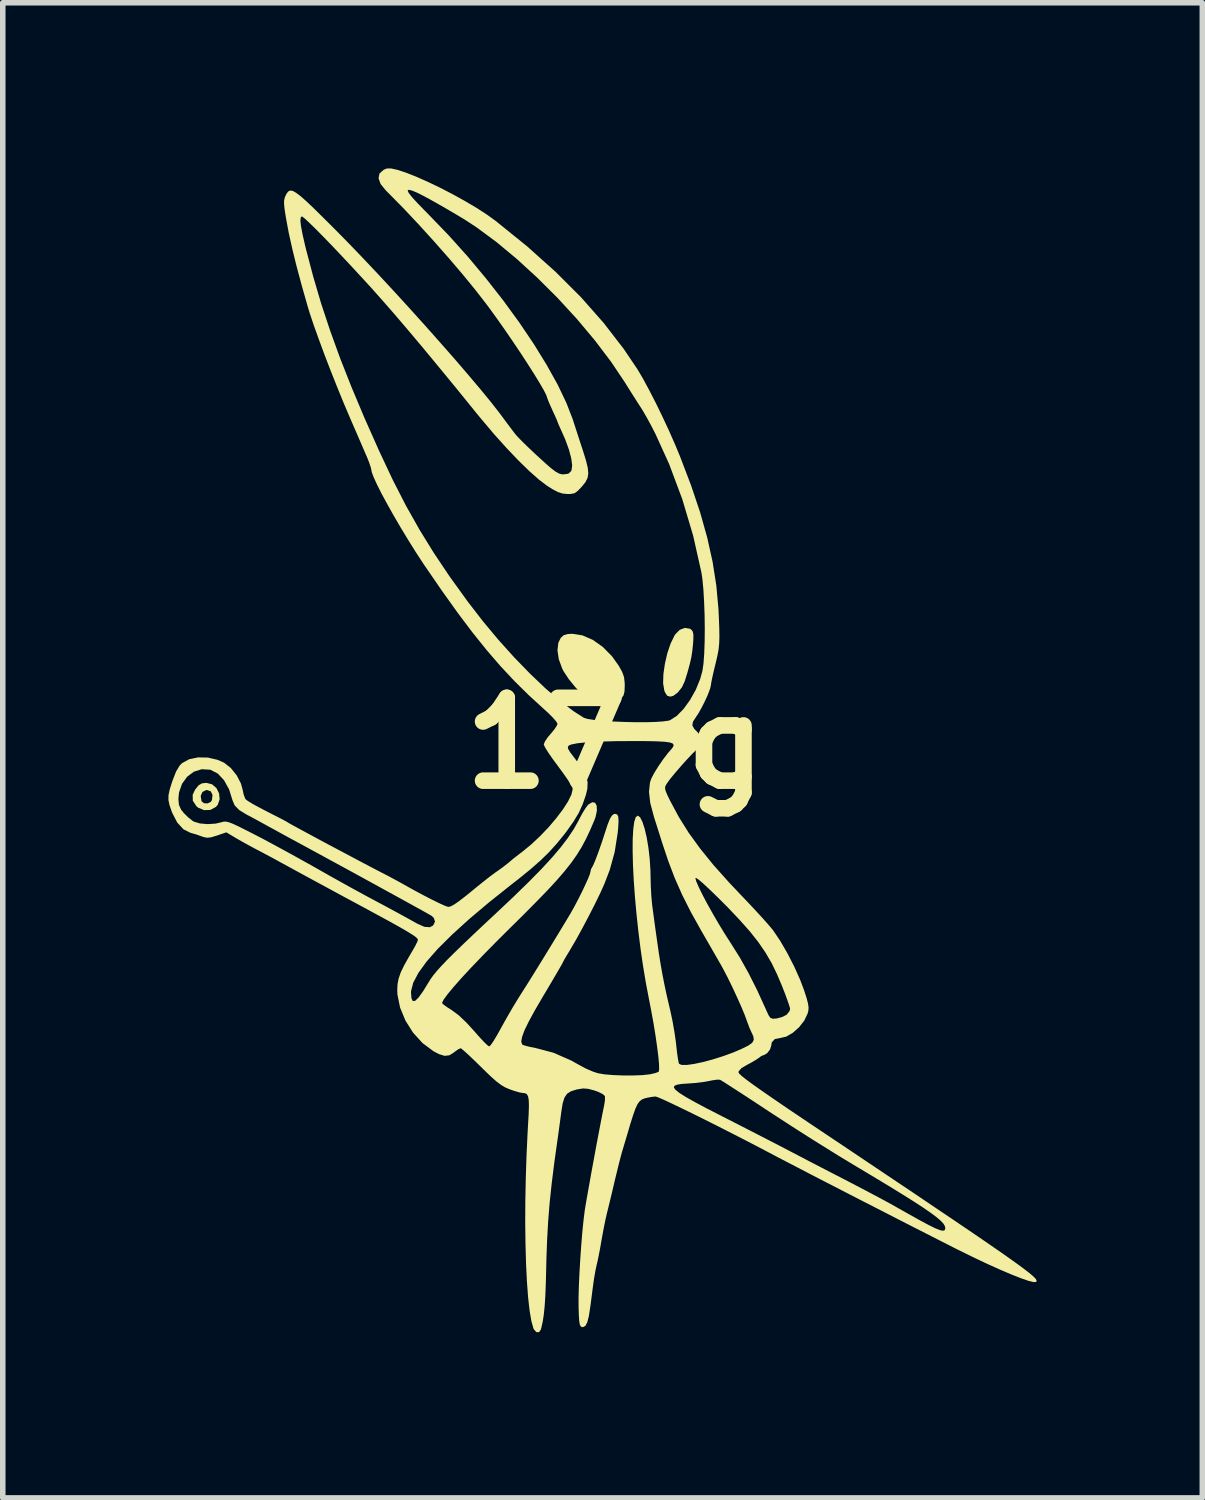
<source format=kicad_pcb>
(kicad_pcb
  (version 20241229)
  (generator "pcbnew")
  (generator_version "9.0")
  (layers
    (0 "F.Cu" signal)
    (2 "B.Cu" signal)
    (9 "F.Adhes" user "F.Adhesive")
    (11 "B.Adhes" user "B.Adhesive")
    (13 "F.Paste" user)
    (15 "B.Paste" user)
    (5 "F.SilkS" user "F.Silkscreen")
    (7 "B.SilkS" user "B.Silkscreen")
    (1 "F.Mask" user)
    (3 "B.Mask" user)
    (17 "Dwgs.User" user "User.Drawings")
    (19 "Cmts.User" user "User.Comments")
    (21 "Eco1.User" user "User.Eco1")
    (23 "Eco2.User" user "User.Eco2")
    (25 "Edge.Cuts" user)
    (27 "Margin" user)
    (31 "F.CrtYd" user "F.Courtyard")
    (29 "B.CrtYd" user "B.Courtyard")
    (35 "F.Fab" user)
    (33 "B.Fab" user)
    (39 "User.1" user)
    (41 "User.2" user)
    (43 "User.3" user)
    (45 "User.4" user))
  (footprint "17 g"
    (layer "F.Cu")
    (at 8.09 10.407)
    (property "Reference" "17 g" (at 0 0 0) (layer "F.SilkS") (effects (font (size 1.5 1.5) (thickness 0.3))))
    (attr board_only exclude_from_pos_files exclude_from_bom)
    (fp_poly (pts (xy 1.351 -2.073) (xy 1.379 -2.055) (xy 1.403 -2.022) (xy 1.415 -1.967) (xy 1.414 -1.876) (xy 1.407 -1.78) (xy 1.394 -1.66) (xy 1.377 -1.551) (xy 1.35 -1.434) (xy 1.311 -1.292) (xy 1.259 -1.123) (xy 1.208 -1.013) (xy 1.134 -0.92) (xy 1.052 -0.858) (xy 0.995 -0.843) (xy 0.94 -0.86) (xy 0.901 -0.921) (xy 0.888 -0.956) (xy 0.867 -1.084) (xy 0.872 -1.251) (xy 0.899 -1.438) (xy 0.943 -1.629) (xy 1.003 -1.806) (xy 1.074 -1.951) (xy 1.088 -1.973) (xy 1.168 -2.053) (xy 1.261 -2.088)) (stroke (width 0) (type solid)) (fill yes) (layer "F.SilkS"))
    (fp_poly (pts (xy -7.299 0.745) (xy -7.22 0.814) (xy -7.173 0.91) (xy -7.163 1.016) (xy -7.197 1.115) (xy -7.23 1.153) (xy -7.33 1.208) (xy -7.445 1.212) (xy -7.553 1.167) (xy -7.584 1.14) (xy -7.649 1.041) (xy -7.651 0.955) (xy -7.506 0.955) (xy -7.492 1.048) (xy -7.45 1.086) (xy -7.385 1.091) (xy -7.325 1.064) (xy -7.302 1.03) (xy -7.292 0.935) (xy -7.325 0.87) (xy -7.393 0.848) (xy -7.406 0.848) (xy -7.475 0.883) (xy -7.506 0.955) (xy -7.651 0.955) (xy -7.651 0.933) (xy -7.608 0.842) (xy -7.545 0.763) (xy -7.484 0.727) (xy -7.402 0.718)) (stroke (width 0) (type solid)) (fill yes) (layer "F.SilkS"))
    (fp_poly (pts (xy -0.592 -1.952) (xy -0.404 -1.87) (xy -0.223 -1.741) (xy -0.058 -1.573) (xy 0.061 -1.406) (xy 0.125 -1.292) (xy 0.159 -1.197) (xy 0.171 -1.095) (xy 0.172 -1.045) (xy 0.168 -0.938) (xy 0.151 -0.868) (xy 0.109 -0.809) (xy 0.06 -0.76) (xy -0.046 -0.684) (xy -0.157 -0.658) (xy -0.288 -0.681) (xy -0.374 -0.715) (xy -0.48 -0.781) (xy -0.602 -0.887) (xy -0.727 -1.019) (xy -0.842 -1.161) (xy -0.933 -1.299) (xy -0.961 -1.353) (xy -1.023 -1.523) (xy -1.046 -1.683) (xy -1.03 -1.82) (xy -0.986 -1.908) (xy -0.933 -1.956) (xy -0.86 -1.977) (xy -0.775 -1.981)) (stroke (width 0) (type solid)) (fill yes) (layer "F.SilkS"))
    (fp_poly (pts (xy -3.934 -10.379) (xy -3.774 -10.325) (xy -3.586 -10.25) (xy -3.378 -10.157) (xy -3.157 -10.051) (xy -2.932 -9.934) (xy -2.712 -9.812) (xy -2.503 -9.688) (xy -2.316 -9.566) (xy -2.169 -9.46) (xy -1.595 -8.996) (xy -1.08 -8.535) (xy -0.619 -8.074) (xy -0.209 -7.609) (xy 0.156 -7.136) (xy 0.402 -6.771) (xy 0.498 -6.609) (xy 0.61 -6.402) (xy 0.733 -6.163) (xy 0.858 -5.906) (xy 0.98 -5.644) (xy 1.091 -5.39) (xy 1.172 -5.195) (xy 1.373 -4.668) (xy 1.537 -4.18) (xy 1.666 -3.721) (xy 1.763 -3.283) (xy 1.83 -2.856) (xy 1.869 -2.431) (xy 1.877 -2.262) (xy 1.884 -2.069) (xy 1.886 -1.922) (xy 1.882 -1.806) (xy 1.872 -1.704) (xy 1.853 -1.6) (xy 1.826 -1.48) (xy 1.814 -1.431) (xy 1.78 -1.291) (xy 1.753 -1.17) (xy 1.736 -1.083) (xy 1.732 -1.048) (xy 1.717 -0.986) (xy 1.68 -0.886) (xy 1.627 -0.768) (xy 1.566 -0.647) (xy 1.507 -0.541) (xy 1.466 -0.48) (xy 1.407 -0.389) (xy 1.396 -0.321) (xy 1.433 -0.256) (xy 1.482 -0.208) (xy 1.557 -0.116) (xy 1.57 -0.025) (xy 1.521 0.067) (xy 1.474 0.115) (xy 1.396 0.191) (xy 1.295 0.298) (xy 1.186 0.42) (xy 1.081 0.542) (xy 0.993 0.649) (xy 0.937 0.726) (xy 0.91 0.771) (xy 0.901 0.811) (xy 0.911 0.861) (xy 0.943 0.938) (xy 0.994 1.043) (xy 1.15 1.334) (xy 1.328 1.619) (xy 1.536 1.906) (xy 1.779 2.206) (xy 2.064 2.525) (xy 2.258 2.73) (xy 2.407 2.886) (xy 2.548 3.037) (xy 2.674 3.174) (xy 2.775 3.288) (xy 2.843 3.369) (xy 2.857 3.386) (xy 2.984 3.574) (xy 3.116 3.801) (xy 3.241 4.045) (xy 3.348 4.284) (xy 3.419 4.472) (xy 3.465 4.615) (xy 3.491 4.716) (xy 3.501 4.789) (xy 3.496 4.848) (xy 3.484 4.893) (xy 3.424 5.021) (xy 3.329 5.143) (xy 3.215 5.244) (xy 3.096 5.313) (xy 2.995 5.336) (xy 2.891 5.356) (xy 2.835 5.416) (xy 2.824 5.478) (xy 2.803 5.545) (xy 2.754 5.609) (xy 2.697 5.646) (xy 2.684 5.648) (xy 2.641 5.667) (xy 2.608 5.692) (xy 2.553 5.73) (xy 2.465 5.782) (xy 2.395 5.819) (xy 2.286 5.883) (xy 2.235 5.94) (xy 2.231 5.96) (xy 2.247 5.985) (xy 2.295 6.03) (xy 2.379 6.096) (xy 2.502 6.186) (xy 2.665 6.301) (xy 2.872 6.444) (xy 3.125 6.617) (xy 3.427 6.82) (xy 3.565 6.913) (xy 4.108 7.276) (xy 4.601 7.607) (xy 5.047 7.906) (xy 5.448 8.175) (xy 5.806 8.417) (xy 6.124 8.631) (xy 6.404 8.821) (xy 6.648 8.987) (xy 6.858 9.132) (xy 7.037 9.256) (xy 7.188 9.363) (xy 7.312 9.452) (xy 7.411 9.526) (xy 7.489 9.586) (xy 7.547 9.634) (xy 7.588 9.672) (xy 7.614 9.701) (xy 7.627 9.723) (xy 7.629 9.739) (xy 7.624 9.751) (xy 7.621 9.754) (xy 7.577 9.758) (xy 7.483 9.735) (xy 7.345 9.687) (xy 7.169 9.618) (xy 6.961 9.529) (xy 6.726 9.423) (xy 6.471 9.302) (xy 6.2 9.169) (xy 6.147 9.142) (xy 5.907 9.02) (xy 5.638 8.883) (xy 5.347 8.735) (xy 5.041 8.578) (xy 4.727 8.417) (xy 4.414 8.257) (xy 4.107 8.099) (xy 3.816 7.949) (xy 3.546 7.81) (xy 3.306 7.685) (xy 3.102 7.579) (xy 2.942 7.496) (xy 2.871 7.458) (xy 2.627 7.33) (xy 2.374 7.198) (xy 2.118 7.067) (xy 1.865 6.938) (xy 1.622 6.816) (xy 1.396 6.704) (xy 1.192 6.605) (xy 1.017 6.521) (xy 0.878 6.456) (xy 0.78 6.414) (xy 0.731 6.397) (xy 0.728 6.397) (xy 0.648 6.406) (xy 0.551 6.426) (xy 0.543 6.428) (xy 0.488 6.448) (xy 0.444 6.481) (xy 0.404 6.534) (xy 0.365 6.618) (xy 0.321 6.742) (xy 0.267 6.914) (xy 0.25 6.974) (xy 0.207 7.118) (xy 0.166 7.256) (xy 0.133 7.367) (xy 0.124 7.395) (xy 0.101 7.479) (xy 0.068 7.606) (xy 0.03 7.762) (xy -0.011 7.93) (xy -0.017 7.957) (xy -0.057 8.127) (xy -0.096 8.289) (xy -0.13 8.428) (xy -0.154 8.525) (xy -0.156 8.534) (xy -0.179 8.635) (xy -0.207 8.774) (xy -0.236 8.929) (xy -0.249 9.002) (xy -0.275 9.151) (xy -0.302 9.29) (xy -0.325 9.4) (xy -0.335 9.439) (xy -0.357 9.542) (xy -0.38 9.672) (xy -0.392 9.751) (xy -0.409 9.877) (xy -0.429 10.032) (xy -0.449 10.186) (xy -0.451 10.199) (xy -0.477 10.369) (xy -0.506 10.484) (xy -0.54 10.55) (xy -0.583 10.573) (xy -0.603 10.572) (xy -0.625 10.56) (xy -0.641 10.527) (xy -0.652 10.463) (xy -0.659 10.358) (xy -0.664 10.201) (xy -0.664 10.188) (xy -0.664 10.023) (xy -0.658 9.815) (xy -0.647 9.577) (xy -0.632 9.323) (xy -0.614 9.07) (xy -0.594 8.83) (xy -0.572 8.619) (xy -0.551 8.452) (xy -0.544 8.409) (xy -0.513 8.227) (xy -0.475 8.015) (xy -0.434 7.784) (xy -0.39 7.546) (xy -0.347 7.311) (xy -0.305 7.088) (xy -0.267 6.89) (xy -0.235 6.726) (xy -0.211 6.606) (xy -0.202 6.563) (xy -0.187 6.471) (xy -0.186 6.401) (xy -0.189 6.387) (xy -0.227 6.353) (xy -0.305 6.314) (xy -0.377 6.288) (xy -0.49 6.258) (xy -0.581 6.251) (xy -0.681 6.267) (xy -0.704 6.272) (xy -0.803 6.303) (xy -0.872 6.347) (xy -0.919 6.416) (xy -0.952 6.522) (xy -0.977 6.677) (xy -0.981 6.709) (xy -1.002 6.865) (xy -1.024 7.028) (xy -1.043 7.166) (xy -1.045 7.177) (xy -1.104 7.599) (xy -1.151 7.976) (xy -1.188 8.325) (xy -1.215 8.661) (xy -1.234 9.001) (xy -1.247 9.361) (xy -1.25 9.502) (xy -1.257 9.781) (xy -1.266 10.007) (xy -1.278 10.191) (xy -1.293 10.341) (xy -1.312 10.467) (xy -1.337 10.579) (xy -1.347 10.617) (xy -1.38 10.665) (xy -1.429 10.663) (xy -1.473 10.613) (xy -1.482 10.594) (xy -1.519 10.461) (xy -1.551 10.271) (xy -1.578 10.031) (xy -1.599 9.747) (xy -1.615 9.425) (xy -1.625 9.071) (xy -1.63 8.691) (xy -1.628 8.291) (xy -1.62 7.878) (xy -1.606 7.457) (xy -1.586 7.035) (xy -1.58 6.928) (xy -1.568 6.721) (xy -1.563 6.568) (xy -1.566 6.462) (xy -1.579 6.393) (xy -1.601 6.354) (xy -1.635 6.337) (xy -1.672 6.334) (xy -1.731 6.324) (xy -1.825 6.297) (xy -1.91 6.267) (xy -1.991 6.233) (xy -1.991 6.233) (xy 1.061 6.233) (xy 1.09 6.275) (xy 1.161 6.332) (xy 1.278 6.406) (xy 1.443 6.499) (xy 1.659 6.614) (xy 1.929 6.752) (xy 1.997 6.787) (xy 2.223 6.902) (xy 2.443 7.015) (xy 2.648 7.12) (xy 2.828 7.213) (xy 2.974 7.288) (xy 3.076 7.341) (xy 3.089 7.348) (xy 3.198 7.405) (xy 3.348 7.483) (xy 3.525 7.576) (xy 3.716 7.675) (xy 3.9 7.77) (xy 4.237 7.944) (xy 4.524 8.094) (xy 4.76 8.219) (xy 4.942 8.317) (xy 5.023 8.362) (xy 5.103 8.407) (xy 5.209 8.467) (xy 5.289 8.512) (xy 5.502 8.631) (xy 5.667 8.72) (xy 5.79 8.781) (xy 5.877 8.816) (xy 5.933 8.828) (xy 5.964 8.819) (xy 5.975 8.79) (xy 5.976 8.779) (xy 5.968 8.742) (xy 5.941 8.698) (xy 5.893 8.646) (xy 5.818 8.582) (xy 5.715 8.505) (xy 5.579 8.411) (xy 5.407 8.299) (xy 5.195 8.166) (xy 4.94 8.009) (xy 4.638 7.827) (xy 4.285 7.616) (xy 4.268 7.605) (xy 4.062 7.481) (xy 3.819 7.33) (xy 3.553 7.164) (xy 3.28 6.99) (xy 3.014 6.818) (xy 2.771 6.66) (xy 2.567 6.525) (xy 2.378 6.401) (xy 2.211 6.293) (xy 2.073 6.204) (xy 1.971 6.138) (xy 1.91 6.101) (xy 1.897 6.094) (xy 1.845 6.092) (xy 1.758 6.104) (xy 1.707 6.115) (xy 1.595 6.135) (xy 1.454 6.152) (xy 1.329 6.161) (xy 1.21 6.169) (xy 1.124 6.182) (xy 1.074 6.202) (xy 1.061 6.233) (xy -1.991 6.233) (xy -2.068 6.187) (xy -2.153 6.123) (xy -2.257 6.031) (xy -2.389 5.903) (xy -2.43 5.862) (xy -2.55 5.745) (xy -2.655 5.645) (xy -2.737 5.571) (xy -2.788 5.529) (xy -2.8 5.523) (xy -2.842 5.542) (xy -2.907 5.588) (xy -2.923 5.601) (xy -3.004 5.651) (xy -3.089 5.661) (xy -3.193 5.629) (xy -3.292 5.577) (xy -3.489 5.43) (xy -3.661 5.241) (xy -3.799 5.022) (xy -3.896 4.787) (xy -3.944 4.55) (xy -3.945 4.513) (xy -3.698 4.513) (xy -3.69 4.618) (xy -3.666 4.669) (xy -3.623 4.665) (xy -3.562 4.606) (xy -3.479 4.491) (xy -3.386 4.339) (xy -3.345 4.273) (xy -3.294 4.202) (xy -3.229 4.123) (xy -3.146 4.031) (xy -3.042 3.922) (xy -2.91 3.791) (xy -2.748 3.634) (xy -2.551 3.447) (xy -2.314 3.224) (xy -2.153 3.074) (xy -1.838 2.777) (xy -1.568 2.514) (xy -1.339 2.281) (xy -1.147 2.073) (xy -0.988 1.886) (xy -0.857 1.714) (xy -0.751 1.555) (xy -0.665 1.402) (xy -0.655 1.381) (xy -0.595 1.269) (xy -0.536 1.173) (xy -0.49 1.113) (xy -0.487 1.111) (xy -0.417 1.069) (xy -0.365 1.078) (xy -0.336 1.132) (xy -0.332 1.22) (xy -0.356 1.335) (xy -0.377 1.393) (xy -0.452 1.568) (xy -0.526 1.726) (xy -0.605 1.875) (xy -0.693 2.018) (xy -0.795 2.163) (xy -0.916 2.316) (xy -1.06 2.483) (xy -1.232 2.669) (xy -1.437 2.88) (xy -1.679 3.124) (xy -1.897 3.339) (xy -2.158 3.599) (xy -2.395 3.84) (xy -2.605 4.059) (xy -2.784 4.252) (xy -2.929 4.416) (xy -3.038 4.548) (xy -3.108 4.644) (xy -3.135 4.701) (xy -3.135 4.706) (xy -3.11 4.732) (xy -3.045 4.779) (xy -2.962 4.832) (xy -2.837 4.924) (xy -2.694 5.059) (xy -2.553 5.214) (xy -2.457 5.323) (xy -2.374 5.412) (xy -2.312 5.471) (xy -2.282 5.491) (xy -2.254 5.465) (xy -2.205 5.394) (xy -2.141 5.288) (xy -2.069 5.159) (xy -2.064 5.149) (xy -1.969 4.979) (xy -1.861 4.792) (xy -1.754 4.616) (xy -1.692 4.518) (xy -1.614 4.396) (xy -1.511 4.231) (xy -1.39 4.036) (xy -1.258 3.821) (xy -1.122 3.599) (xy -0.989 3.38) (xy -0.866 3.176) (xy -0.805 3.074) (xy -0.741 2.96) (xy -0.671 2.827) (xy -0.601 2.688) (xy -0.539 2.557) (xy -0.489 2.446) (xy -0.459 2.368) (xy -0.452 2.341) (xy -0.438 2.278) (xy -0.427 2.261) (xy -0.398 2.207) (xy -0.355 2.105) (xy -0.302 1.964) (xy -0.243 1.795) (xy -0.187 1.623) (xy -0.137 1.47) (xy -0.096 1.369) (xy -0.06 1.31) (xy -0.024 1.283) (xy 0.000482 1.279) (xy 0.035 1.291) (xy 0.055 1.332) (xy 0.06 1.412) (xy 0.053 1.539) (xy 0.044 1.625) (xy -0.01 1.97) (xy -0.1 2.296) (xy -0.195 2.543) (xy -0.269 2.709) (xy -0.367 2.91) (xy -0.48 3.132) (xy -0.598 3.355) (xy -0.713 3.564) (xy -0.817 3.741) (xy -0.823 3.752) (xy -0.884 3.852) (xy -0.929 3.93) (xy -0.951 3.972) (xy -0.952 3.975) (xy -0.967 4.004) (xy -1.01 4.079) (xy -1.076 4.192) (xy -1.16 4.335) (xy -1.258 4.501) (xy -1.308 4.584) (xy -1.454 4.834) (xy -1.565 5.038) (xy -1.643 5.198) (xy -1.687 5.319) (xy -1.702 5.402) (xy -1.686 5.453) (xy -1.68 5.459) (xy -1.638 5.475) (xy -1.552 5.497) (xy -1.442 5.519) (xy -1.439 5.52) (xy -1.12 5.604) (xy -0.798 5.745) (xy -0.655 5.825) (xy -0.532 5.891) (xy -0.402 5.947) (xy -0.312 5.976) (xy -0.196 5.996) (xy -0.038 6.009) (xy 0.143 6.016) (xy 0.326 6.016) (xy 0.492 6.01) (xy 0.621 5.996) (xy 0.633 5.994) (xy 0.72 5.974) (xy 0.777 5.954) (xy 0.787 5.948) (xy 0.795 5.904) (xy 0.793 5.809) (xy 0.78 5.669) (xy 0.758 5.495) (xy 0.729 5.294) (xy 0.694 5.077) (xy 0.653 4.851) (xy 0.611 4.634) (xy 0.555 4.343) (xy 0.504 4.037) (xy 0.458 3.721) (xy 0.418 3.401) (xy 0.384 3.084) (xy 0.356 2.775) (xy 0.335 2.48) (xy 0.321 2.205) (xy 0.315 1.956) (xy 0.316 1.739) (xy 0.326 1.56) (xy 0.344 1.425) (xy 0.371 1.34) (xy 0.407 1.311) (xy 0.449 1.34) (xy 0.492 1.423) (xy 0.533 1.549) (xy 0.57 1.709) (xy 0.601 1.894) (xy 0.624 2.094) (xy 0.637 2.3) (xy 0.64 2.426) (xy 0.644 2.593) (xy 0.654 2.774) (xy 0.669 2.933) (xy 0.672 2.955) (xy 0.716 3.284) (xy 0.755 3.561) (xy 0.789 3.798) (xy 0.822 4.004) (xy 0.855 4.19) (xy 0.89 4.368) (xy 0.928 4.546) (xy 0.972 4.737) (xy 0.999 4.852) (xy 1.037 5.031) (xy 1.072 5.231) (xy 1.099 5.418) (xy 1.104 5.468) (xy 1.119 5.602) (xy 1.135 5.713) (xy 1.149 5.786) (xy 1.156 5.805) (xy 1.202 5.826) (xy 1.297 5.826) (xy 1.43 5.807) (xy 1.59 5.773) (xy 1.769 5.725) (xy 1.955 5.666) (xy 2.139 5.599) (xy 2.279 5.539) (xy 2.406 5.477) (xy 2.48 5.425) (xy 2.509 5.371) (xy 2.5 5.306) (xy 2.468 5.237) (xy 2.429 5.151) (xy 2.391 5.048) (xy 2.386 5.035) (xy 2.344 4.92) (xy 2.28 4.766) (xy 2.201 4.59) (xy 2.116 4.407) (xy 2.031 4.234) (xy 1.954 4.087) (xy 1.928 4.039) (xy 1.867 3.932) (xy 1.784 3.788) (xy 1.689 3.623) (xy 1.591 3.453) (xy 1.561 3.401) (xy 1.37 3.059) (xy 1.212 2.746) (xy 1.078 2.443) (xy 1.451 2.443) (xy 1.467 2.502) (xy 1.511 2.604) (xy 1.578 2.741) (xy 1.663 2.902) (xy 1.762 3.079) (xy 1.868 3.262) (xy 1.977 3.441) (xy 2.084 3.608) (xy 2.088 3.614) (xy 2.255 3.88) (xy 2.412 4.16) (xy 2.568 4.469) (xy 2.73 4.824) (xy 2.733 4.832) (xy 2.776 4.925) (xy 2.809 4.973) (xy 2.85 4.989) (xy 2.913 4.985) (xy 2.927 4.983) (xy 3.022 4.958) (xy 3.099 4.919) (xy 3.107 4.912) (xy 3.153 4.855) (xy 3.167 4.813) (xy 3.156 4.768) (xy 3.126 4.678) (xy 3.082 4.556) (xy 3.027 4.415) (xy 3.025 4.409) (xy 2.93 4.184) (xy 2.831 3.98) (xy 2.72 3.79) (xy 2.591 3.602) (xy 2.438 3.408) (xy 2.253 3.2) (xy 2.031 2.966) (xy 1.874 2.809) (xy 1.721 2.66) (xy 1.6 2.547) (xy 1.513 2.472) (xy 1.462 2.439) (xy 1.451 2.443) (xy 1.078 2.443) (xy 1.077 2.441) (xy 0.957 2.125) (xy 0.852 1.81) (xy 0.812 1.683) (xy 0.762 1.525) (xy 0.711 1.366) (xy 0.699 1.326) (xy 0.634 1.082) (xy 0.611 0.878) (xy 0.629 0.71) (xy 0.652 0.643) (xy 0.702 0.546) (xy 0.779 0.421) (xy 0.869 0.29) (xy 0.958 0.174) (xy 1.004 0.122) (xy 1.044 0.073) (xy 1.058 0.035) (xy 1.043 0.007) (xy 0.991 -0.013) (xy 0.898 -0.026) (xy 0.758 -0.034) (xy 0.566 -0.038) (xy 0.351 -0.039) (xy 0.008 -0.037) (xy -0.28 -0.029) (xy -0.511 -0.017) (xy -0.684 0.001) (xy -0.796 0.023) (xy -0.84 0.042) (xy -0.858 0.066) (xy -0.853 0.102) (xy -0.819 0.16) (xy -0.751 0.251) (xy -0.716 0.296) (xy -0.602 0.454) (xy -0.532 0.585) (xy -0.5 0.705) (xy -0.505 0.826) (xy -0.531 0.935) (xy -0.59 1.107) (xy -0.661 1.262) (xy -0.754 1.417) (xy -0.878 1.592) (xy -0.925 1.654) (xy -1.06 1.819) (xy -1.199 1.973) (xy -1.354 2.124) (xy -1.535 2.283) (xy -1.754 2.461) (xy -1.865 2.547) (xy -2.281 2.878) (xy -2.645 3.185) (xy -2.955 3.467) (xy -3.213 3.723) (xy -3.416 3.954) (xy -3.564 4.159) (xy -3.658 4.337) (xy -3.697 4.488) (xy -3.698 4.513) (xy -3.945 4.513) (xy -3.947 4.471) (xy -3.942 4.363) (xy -3.922 4.26) (xy -3.884 4.15) (xy -3.821 4.02) (xy -3.73 3.858) (xy -3.679 3.772) (xy -3.624 3.676) (xy -3.586 3.6) (xy -3.573 3.561) (xy -3.579 3.543) (xy -3.601 3.519) (xy -3.644 3.486) (xy -3.711 3.443) (xy -3.807 3.385) (xy -3.938 3.31) (xy -4.107 3.216) (xy -4.319 3.101) (xy -4.579 2.96) (xy -4.774 2.855) (xy -4.986 2.741) (xy -5.229 2.609) (xy -5.484 2.471) (xy -5.732 2.336) (xy -5.953 2.215) (xy -6.038 2.169) (xy -6.182 2.09) (xy -6.328 2.012) (xy -6.452 1.946) (xy -6.506 1.918) (xy -6.631 1.851) (xy -6.772 1.773) (xy -6.86 1.722) (xy -7.042 1.614) (xy -7.212 1.672) (xy -7.317 1.704) (xy -7.389 1.712) (xy -7.454 1.699) (xy -7.482 1.689) (xy -7.587 1.652) (xy -7.692 1.622) (xy -7.82 1.558) (xy -7.931 1.436) (xy -8.023 1.258) (xy -8.031 1.235) (xy -8.071 1.121) (xy -8.09 1.03) (xy -8.09 1.01) (xy -7.91 1.01) (xy -7.9 1.117) (xy -7.861 1.203) (xy -7.812 1.264) (xy -7.732 1.343) (xy -7.651 1.407) (xy -7.626 1.421) (xy -7.52 1.453) (xy -7.381 1.465) (xy -7.237 1.456) (xy -7.133 1.432) (xy -7.093 1.421) (xy -7.051 1.419) (xy -6.998 1.431) (xy -6.924 1.459) (xy -6.82 1.507) (xy -6.677 1.579) (xy -6.559 1.639) (xy -6.387 1.728) (xy -6.178 1.84) (xy -5.946 1.966) (xy -5.709 2.097) (xy -5.481 2.224) (xy -5.414 2.262) (xy -5.208 2.379) (xy -5.001 2.495) (xy -4.805 2.604) (xy -4.633 2.698) (xy -4.497 2.772) (xy -4.447 2.799) (xy -4.19 2.936) (xy -3.94 3.071) (xy -3.716 3.194) (xy -3.588 3.266) (xy -3.456 3.325) (xy -3.356 3.332) (xy -3.298 3.301) (xy -3.263 3.231) (xy -3.286 3.161) (xy -3.331 3.122) (xy -3.373 3.098) (xy -3.464 3.047) (xy -3.596 2.974) (xy -3.764 2.881) (xy -3.96 2.773) (xy -4.179 2.653) (xy -4.414 2.524) (xy -4.658 2.39) (xy -4.905 2.255) (xy -5.148 2.123) (xy -5.381 1.996) (xy -5.598 1.878) (xy -5.71 1.817) (xy -5.875 1.728) (xy -6.045 1.635) (xy -6.2 1.55) (xy -6.319 1.485) (xy -6.444 1.416) (xy -6.565 1.35) (xy -6.658 1.301) (xy -6.672 1.294) (xy -6.808 1.211) (xy -6.891 1.126) (xy -6.929 1.037) (xy -6.992 0.836) (xy -7.083 0.671) (xy -7.196 0.55) (xy -7.326 0.483) (xy -7.335 0.48) (xy -7.488 0.471) (xy -7.63 0.516) (xy -7.751 0.607) (xy -7.844 0.735) (xy -7.899 0.893) (xy -7.91 1.01) (xy -8.09 1.01) (xy -8.089 0.942) (xy -8.067 0.838) (xy -8.023 0.697) (xy -8.017 0.68) (xy -7.953 0.515) (xy -7.886 0.404) (xy -7.845 0.362) (xy -7.717 0.291) (xy -7.555 0.257) (xy -7.377 0.26) (xy -7.2 0.301) (xy -7.083 0.353) (xy -6.962 0.448) (xy -6.854 0.582) (xy -6.777 0.731) (xy -6.747 0.84) (xy -6.727 0.934) (xy -6.699 1.005) (xy -6.691 1.017) (xy -6.649 1.048) (xy -6.564 1.1) (xy -6.446 1.164) (xy -6.31 1.235) (xy -6.306 1.237) (xy -6.171 1.306) (xy -6.055 1.365) (xy -5.97 1.41) (xy -5.929 1.434) (xy -5.929 1.435) (xy -5.893 1.456) (xy -5.811 1.501) (xy -5.69 1.567) (xy -5.538 1.649) (xy -5.364 1.743) (xy -5.175 1.844) (xy -4.981 1.947) (xy -4.789 2.049) (xy -4.608 2.145) (xy -4.445 2.231) (xy -4.309 2.302) (xy -4.244 2.336) (xy -4.104 2.408) (xy -3.961 2.485) (xy -3.841 2.551) (xy -3.822 2.562) (xy -3.657 2.654) (xy -3.492 2.743) (xy -3.337 2.823) (xy -3.202 2.89) (xy -3.097 2.938) (xy -3.033 2.962) (xy -3.021 2.964) (xy -2.978 2.954) (xy -2.915 2.92) (xy -2.826 2.858) (xy -2.704 2.764) (xy -2.542 2.632) (xy -2.528 2.62) (xy -2.404 2.52) (xy -2.282 2.424) (xy -2.178 2.346) (xy -2.137 2.318) (xy -2.04 2.248) (xy -1.952 2.18) (xy -1.919 2.153) (xy -1.851 2.095) (xy -1.756 2.021) (xy -1.685 1.967) (xy -1.522 1.834) (xy -1.361 1.683) (xy -1.207 1.522) (xy -1.067 1.357) (xy -0.947 1.198) (xy -0.854 1.053) (xy -0.793 0.929) (xy -0.771 0.834) (xy -0.774 0.81) (xy -0.8 0.757) (xy -0.856 0.667) (xy -0.936 0.552) (xy -1.03 0.424) (xy -1.043 0.406) (xy -1.137 0.279) (xy -1.214 0.167) (xy -1.269 0.079) (xy -1.293 0.027) (xy -1.294 0.023) (xy -1.274 -0.029) (xy -1.223 -0.106) (xy -1.17 -0.168) (xy -1.103 -0.249) (xy -1.057 -0.319) (xy -1.045 -0.352) (xy -1.068 -0.392) (xy -1.128 -0.462) (xy -1.215 -0.549) (xy -1.287 -0.614) (xy -1.56 -0.864) (xy -1.82 -1.12) (xy -2.074 -1.391) (xy -2.326 -1.683) (xy -2.583 -2.003) (xy -2.85 -2.357) (xy -3.133 -2.753) (xy -3.438 -3.197) (xy -3.471 -3.245) (xy -3.607 -3.453) (xy -3.744 -3.672) (xy -3.88 -3.896) (xy -4.009 -4.117) (xy -4.127 -4.327) (xy -4.231 -4.519) (xy -4.315 -4.686) (xy -4.376 -4.82) (xy -4.41 -4.912) (xy -4.415 -4.944) (xy -4.427 -4.997) (xy -4.458 -5.088) (xy -4.502 -5.198) (xy -4.506 -5.205) (xy -4.55 -5.307) (xy -4.612 -5.451) (xy -4.685 -5.62) (xy -4.764 -5.801) (xy -4.806 -5.898) (xy -4.919 -6.164) (xy -5.036 -6.451) (xy -5.153 -6.745) (xy -5.265 -7.036) (xy -5.367 -7.313) (xy -5.457 -7.563) (xy -5.528 -7.775) (xy -5.565 -7.895) (xy -5.678 -8.293) (xy -5.772 -8.643) (xy -5.848 -8.953) (xy -5.91 -9.232) (xy -5.952 -9.455) (xy -5.701 -9.455) (xy -5.689 -9.355) (xy -5.661 -9.21) (xy -5.616 -9.012) (xy -5.598 -8.94) (xy -5.469 -8.45) (xy -5.326 -7.964) (xy -5.164 -7.475) (xy -4.982 -6.972) (xy -4.775 -6.447) (xy -4.54 -5.888) (xy -4.273 -5.288) (xy -4.266 -5.273) (xy -4.028 -4.767) (xy -3.791 -4.304) (xy -3.546 -3.869) (xy -3.284 -3.444) (xy -2.994 -3.012) (xy -2.667 -2.559) (xy -2.399 -2.212) (xy -2.119 -1.876) (xy -1.832 -1.557) (xy -1.546 -1.262) (xy -1.267 -0.996) (xy -1.001 -0.766) (xy -0.754 -0.579) (xy -0.568 -0.46) (xy -0.499 -0.439) (xy -0.38 -0.421) (xy -0.223 -0.405) (xy -0.038 -0.393) (xy 0.161 -0.385) (xy 0.364 -0.38) (xy 0.558 -0.38) (xy 0.731 -0.385) (xy 0.872 -0.395) (xy 0.969 -0.409) (xy 0.993 -0.417) (xy 1.114 -0.494) (xy 1.237 -0.62) (xy 1.354 -0.782) (xy 1.458 -0.967) (xy 1.538 -1.163) (xy 1.579 -1.311) (xy 1.598 -1.442) (xy 1.611 -1.622) (xy 1.619 -1.838) (xy 1.621 -2.075) (xy 1.618 -2.321) (xy 1.609 -2.561) (xy 1.596 -2.784) (xy 1.578 -2.975) (xy 1.56 -3.092) (xy 1.411 -3.757) (xy 1.215 -4.415) (xy 0.977 -5.052) (xy 0.73 -5.596) (xy 0.655 -5.743) (xy 0.576 -5.888) (xy 0.506 -6.01) (xy 0.469 -6.069) (xy 0.409 -6.162) (xy 0.328 -6.289) (xy 0.238 -6.431) (xy 0.175 -6.533) (xy -0.075 -6.906) (xy -0.367 -7.291) (xy -0.692 -7.679) (xy -1.042 -8.06) (xy -1.408 -8.425) (xy -1.78 -8.766) (xy -2.15 -9.074) (xy -2.51 -9.34) (xy -2.73 -9.484) (xy -2.877 -9.572) (xy -3.04 -9.668) (xy -3.204 -9.762) (xy -3.357 -9.848) (xy -3.485 -9.917) (xy -3.574 -9.962) (xy -3.578 -9.964) (xy -3.677 -10.006) (xy -3.738 -10.021) (xy -3.759 -10.008) (xy -3.74 -9.964) (xy -3.679 -9.886) (xy -3.574 -9.772) (xy -3.425 -9.619) (xy -3.362 -9.555) (xy -3.013 -9.193) (xy -2.671 -8.812) (xy -2.343 -8.419) (xy -2.031 -8.021) (xy -1.741 -7.623) (xy -1.477 -7.232) (xy -1.244 -6.854) (xy -1.045 -6.497) (xy -0.886 -6.165) (xy -0.77 -5.866) (xy -0.765 -5.851) (xy -0.724 -5.723) (xy -0.672 -5.563) (xy -0.617 -5.394) (xy -0.589 -5.31) (xy -0.532 -5.127) (xy -0.498 -4.99) (xy -0.488 -4.886) (xy -0.501 -4.803) (xy -0.539 -4.728) (xy -0.601 -4.65) (xy -0.605 -4.646) (xy -0.679 -4.568) (xy -0.737 -4.527) (xy -0.803 -4.513) (xy -0.87 -4.512) (xy -0.956 -4.521) (xy -1.04 -4.548) (xy -1.141 -4.602) (xy -1.238 -4.664) (xy -1.383 -4.774) (xy -1.558 -4.929) (xy -1.756 -5.122) (xy -1.97 -5.347) (xy -2.194 -5.596) (xy -2.421 -5.865) (xy -2.512 -5.975) (xy -2.866 -6.412) (xy -3.187 -6.803) (xy -3.478 -7.155) (xy -3.743 -7.47) (xy -3.986 -7.755) (xy -4.211 -8.013) (xy -4.422 -8.25) (xy -4.554 -8.394) (xy -4.756 -8.613) (xy -4.949 -8.819) (xy -5.128 -9.008) (xy -5.29 -9.175) (xy -5.429 -9.316) (xy -5.542 -9.426) (xy -5.623 -9.501) (xy -5.669 -9.537) (xy -5.676 -9.539) (xy -5.696 -9.514) (xy -5.701 -9.455) (xy -5.952 -9.455) (xy -5.958 -9.49) (xy -5.961 -9.505) (xy -5.985 -9.653) (xy -5.996 -9.756) (xy -5.996 -9.826) (xy -5.984 -9.879) (xy -5.971 -9.91) (xy -5.945 -9.96) (xy -5.917 -9.993) (xy -5.883 -10.007) (xy -5.838 -10) (xy -5.778 -9.966) (xy -5.697 -9.905) (xy -5.591 -9.811) (xy -5.456 -9.683) (xy -5.287 -9.516) (xy -5.079 -9.309) (xy -5.063 -9.293) (xy -4.825 -9.051) (xy -4.566 -8.781) (xy -4.292 -8.491) (xy -4.009 -8.186) (xy -3.723 -7.873) (xy -3.439 -7.558) (xy -3.164 -7.248) (xy -2.901 -6.949) (xy -2.659 -6.667) (xy -2.441 -6.409) (xy -2.254 -6.181) (xy -2.104 -5.989) (xy -2.07 -5.944) (xy -1.982 -5.825) (xy -1.898 -5.713) (xy -1.832 -5.626) (xy -1.81 -5.597) (xy -1.76 -5.541) (xy -1.675 -5.454) (xy -1.564 -5.346) (xy -1.438 -5.227) (xy -1.391 -5.184) (xy -1.254 -5.059) (xy -1.153 -4.972) (xy -1.078 -4.916) (xy -1.021 -4.884) (xy -0.972 -4.87) (xy -0.936 -4.868) (xy -0.851 -4.879) (xy -0.804 -4.92) (xy -0.792 -4.941) (xy -0.78 -5.027) (xy -0.796 -5.155) (xy -0.838 -5.315) (xy -0.903 -5.494) (xy -0.952 -5.606) (xy -0.998 -5.707) (xy -1.031 -5.783) (xy -1.045 -5.819) (xy -1.045 -5.82) (xy -1.057 -5.851) (xy -1.089 -5.924) (xy -1.135 -6.023) (xy -1.139 -6.033) (xy -1.185 -6.135) (xy -1.218 -6.214) (xy -1.232 -6.254) (xy -1.233 -6.255) (xy -1.25 -6.306) (xy -1.299 -6.401) (xy -1.375 -6.532) (xy -1.474 -6.693) (xy -1.591 -6.877) (xy -1.721 -7.076) (xy -1.861 -7.284) (xy -2.004 -7.493) (xy -2.148 -7.697) (xy -2.287 -7.889) (xy -2.326 -7.941) (xy -2.521 -8.193) (xy -2.752 -8.476) (xy -3.009 -8.778) (xy -3.283 -9.089) (xy -3.562 -9.396) (xy -3.838 -9.689) (xy -4.1 -9.955) (xy -4.155 -10.01) (xy -4.249 -10.126) (xy -4.286 -10.23) (xy -4.268 -10.317) (xy -4.192 -10.383) (xy -4.136 -10.406) (xy -4.058 -10.407)) (stroke (width 0) (type solid)) (fill yes) (layer "F.SilkS")))
  (gr_rect
    (start -3 -3)
    (end 18.72 24.072)
    (stroke (width 0.1) (type default))
    (fill no)
    (layer "Edge.Cuts")))
</source>
